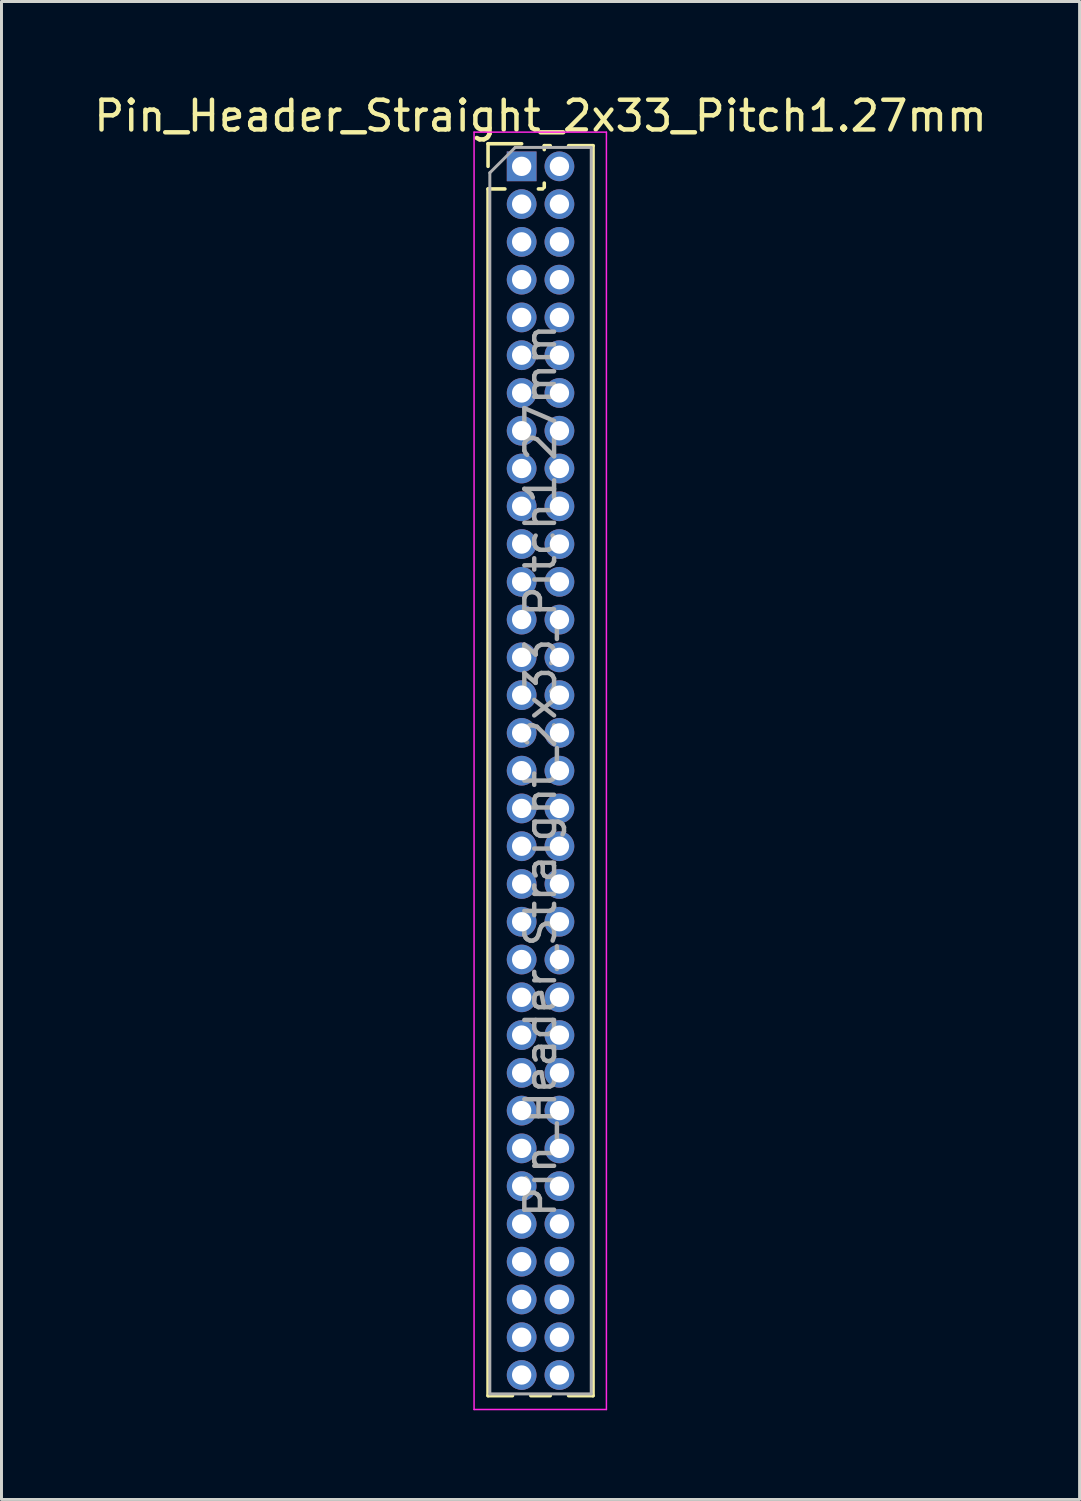
<source format=kicad_pcb>
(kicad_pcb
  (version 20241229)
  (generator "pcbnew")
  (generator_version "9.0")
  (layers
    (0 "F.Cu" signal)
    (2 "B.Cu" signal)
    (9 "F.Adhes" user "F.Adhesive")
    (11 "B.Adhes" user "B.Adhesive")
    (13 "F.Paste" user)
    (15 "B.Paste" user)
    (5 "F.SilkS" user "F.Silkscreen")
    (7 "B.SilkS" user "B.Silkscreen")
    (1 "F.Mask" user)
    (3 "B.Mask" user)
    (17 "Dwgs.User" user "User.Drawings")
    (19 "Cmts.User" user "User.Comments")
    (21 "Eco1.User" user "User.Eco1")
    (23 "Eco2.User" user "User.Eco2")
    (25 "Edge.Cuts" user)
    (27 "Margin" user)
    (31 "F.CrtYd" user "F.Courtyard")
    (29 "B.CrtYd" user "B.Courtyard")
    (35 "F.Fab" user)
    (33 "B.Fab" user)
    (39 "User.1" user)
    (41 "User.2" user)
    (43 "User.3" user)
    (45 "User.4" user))
  (footprint "Pin_Header_Straight_2x33_Pitch1.27mm"
    (layer "F.Cu")
    (at 14.49 2.543)
    (property "Reference" "Pin_Header_Straight_2x33_Pitch1.27mm" (at 0.635 -1.695 0) (layer "F.SilkS") (effects (font (size 1 1) (thickness 0.15))))
    (attr through_hole)
    (fp_line (start -1.13 -0.76) (end 0 -0.76) (stroke (width 0.12) (type solid)) (layer "F.SilkS"))
    (fp_line (start -1.13 0) (end -1.13 -0.76) (stroke (width 0.12) (type solid)) (layer "F.SilkS"))
    (fp_line (start -1.13 0.76) (end -1.13 41.335) (stroke (width 0.12) (type solid)) (layer "F.SilkS"))
    (fp_line (start -1.13 0.76) (end -0.563 0.76) (stroke (width 0.12) (type solid)) (layer "F.SilkS"))
    (fp_line (start -1.13 41.335) (end -0.308 41.335) (stroke (width 0.12) (type solid)) (layer "F.SilkS"))
    (fp_line (start 0.308 41.335) (end 0.962 41.335) (stroke (width 0.12) (type solid)) (layer "F.SilkS"))
    (fp_line (start 0.563 0.76) (end 0.707 0.76) (stroke (width 0.12) (type solid)) (layer "F.SilkS"))
    (fp_line (start 0.76 -0.695) (end 0.962 -0.695) (stroke (width 0.12) (type solid)) (layer "F.SilkS"))
    (fp_line (start 0.76 -0.563) (end 0.76 -0.695) (stroke (width 0.12) (type solid)) (layer "F.SilkS"))
    (fp_line (start 0.76 0.707) (end 0.76 0.563) (stroke (width 0.12) (type solid)) (layer "F.SilkS"))
    (fp_line (start 1.578 -0.695) (end 2.4 -0.695) (stroke (width 0.12) (type solid)) (layer "F.SilkS"))
    (fp_line (start 1.578 41.335) (end 2.4 41.335) (stroke (width 0.12) (type solid)) (layer "F.SilkS"))
    (fp_line (start 2.4 -0.695) (end 2.4 41.335) (stroke (width 0.12) (type solid)) (layer "F.SilkS"))
    (fp_line (start -1.6 -1.15) (end -1.6 41.8) (stroke (width 0.05) (type solid)) (layer "F.CrtYd"))
    (fp_line (start -1.6 41.8) (end 2.85 41.8) (stroke (width 0.05) (type solid)) (layer "F.CrtYd"))
    (fp_line (start 2.85 -1.15) (end -1.6 -1.15) (stroke (width 0.05) (type solid)) (layer "F.CrtYd"))
    (fp_line (start 2.85 41.8) (end 2.85 -1.15) (stroke (width 0.05) (type solid)) (layer "F.CrtYd"))
    (fp_line (start -1.07 0.217) (end -0.217 -0.635) (stroke (width 0.1) (type solid)) (layer "F.Fab"))
    (fp_line (start -1.07 41.275) (end -1.07 0.217) (stroke (width 0.1) (type solid)) (layer "F.Fab"))
    (fp_line (start -0.217 -0.635) (end 2.34 -0.635) (stroke (width 0.1) (type solid)) (layer "F.Fab"))
    (fp_line (start 2.34 -0.635) (end 2.34 41.275) (stroke (width 0.1) (type solid)) (layer "F.Fab"))
    (fp_line (start 2.34 41.275) (end -1.07 41.275) (stroke (width 0.1) (type solid)) (layer "F.Fab"))
    (fp_text user "${REFERENCE}" (at 0.635 20.32 90) (layer "F.Fab") (effects (font (size 1 1) (thickness 0.15))))
    (pad "1" thru_hole rect (at 0 0) (size 1 1) (drill 0.65) (layers "*.Cu" "*.Mask"))
    (pad "2" thru_hole oval (at 1.27 0) (size 1 1) (drill 0.65) (layers "*.Cu" "*.Mask"))
    (pad "3" thru_hole oval (at 0 1.27) (size 1 1) (drill 0.65) (layers "*.Cu" "*.Mask"))
    (pad "4" thru_hole oval (at 1.27 1.27) (size 1 1) (drill 0.65) (layers "*.Cu" "*.Mask"))
    (pad "5" thru_hole oval (at 0 2.54) (size 1 1) (drill 0.65) (layers "*.Cu" "*.Mask"))
    (pad "6" thru_hole oval (at 1.27 2.54) (size 1 1) (drill 0.65) (layers "*.Cu" "*.Mask"))
    (pad "7" thru_hole oval (at 0 3.81) (size 1 1) (drill 0.65) (layers "*.Cu" "*.Mask"))
    (pad "8" thru_hole oval (at 1.27 3.81) (size 1 1) (drill 0.65) (layers "*.Cu" "*.Mask"))
    (pad "9" thru_hole oval (at 0 5.08) (size 1 1) (drill 0.65) (layers "*.Cu" "*.Mask"))
    (pad "10" thru_hole oval (at 1.27 5.08) (size 1 1) (drill 0.65) (layers "*.Cu" "*.Mask"))
    (pad "11" thru_hole oval (at 0 6.35) (size 1 1) (drill 0.65) (layers "*.Cu" "*.Mask"))
    (pad "12" thru_hole oval (at 1.27 6.35) (size 1 1) (drill 0.65) (layers "*.Cu" "*.Mask"))
    (pad "13" thru_hole oval (at 0 7.62) (size 1 1) (drill 0.65) (layers "*.Cu" "*.Mask"))
    (pad "14" thru_hole oval (at 1.27 7.62) (size 1 1) (drill 0.65) (layers "*.Cu" "*.Mask"))
    (pad "15" thru_hole oval (at 0 8.89) (size 1 1) (drill 0.65) (layers "*.Cu" "*.Mask"))
    (pad "16" thru_hole oval (at 1.27 8.89) (size 1 1) (drill 0.65) (layers "*.Cu" "*.Mask"))
    (pad "17" thru_hole oval (at 0 10.16) (size 1 1) (drill 0.65) (layers "*.Cu" "*.Mask"))
    (pad "18" thru_hole oval (at 1.27 10.16) (size 1 1) (drill 0.65) (layers "*.Cu" "*.Mask"))
    (pad "19" thru_hole oval (at 0 11.43) (size 1 1) (drill 0.65) (layers "*.Cu" "*.Mask"))
    (pad "20" thru_hole oval (at 1.27 11.43) (size 1 1) (drill 0.65) (layers "*.Cu" "*.Mask"))
    (pad "21" thru_hole oval (at 0 12.7) (size 1 1) (drill 0.65) (layers "*.Cu" "*.Mask"))
    (pad "22" thru_hole oval (at 1.27 12.7) (size 1 1) (drill 0.65) (layers "*.Cu" "*.Mask"))
    (pad "23" thru_hole oval (at 0 13.97) (size 1 1) (drill 0.65) (layers "*.Cu" "*.Mask"))
    (pad "24" thru_hole oval (at 1.27 13.97) (size 1 1) (drill 0.65) (layers "*.Cu" "*.Mask"))
    (pad "25" thru_hole oval (at 0 15.24) (size 1 1) (drill 0.65) (layers "*.Cu" "*.Mask"))
    (pad "26" thru_hole oval (at 1.27 15.24) (size 1 1) (drill 0.65) (layers "*.Cu" "*.Mask"))
    (pad "27" thru_hole oval (at 0 16.51) (size 1 1) (drill 0.65) (layers "*.Cu" "*.Mask"))
    (pad "28" thru_hole oval (at 1.27 16.51) (size 1 1) (drill 0.65) (layers "*.Cu" "*.Mask"))
    (pad "29" thru_hole oval (at 0 17.78) (size 1 1) (drill 0.65) (layers "*.Cu" "*.Mask"))
    (pad "30" thru_hole oval (at 1.27 17.78) (size 1 1) (drill 0.65) (layers "*.Cu" "*.Mask"))
    (pad "31" thru_hole oval (at 0 19.05) (size 1 1) (drill 0.65) (layers "*.Cu" "*.Mask"))
    (pad "32" thru_hole oval (at 1.27 19.05) (size 1 1) (drill 0.65) (layers "*.Cu" "*.Mask"))
    (pad "33" thru_hole oval (at 0 20.32) (size 1 1) (drill 0.65) (layers "*.Cu" "*.Mask"))
    (pad "34" thru_hole oval (at 1.27 20.32) (size 1 1) (drill 0.65) (layers "*.Cu" "*.Mask"))
    (pad "35" thru_hole oval (at 0 21.59) (size 1 1) (drill 0.65) (layers "*.Cu" "*.Mask"))
    (pad "36" thru_hole oval (at 1.27 21.59) (size 1 1) (drill 0.65) (layers "*.Cu" "*.Mask"))
    (pad "37" thru_hole oval (at 0 22.86) (size 1 1) (drill 0.65) (layers "*.Cu" "*.Mask"))
    (pad "38" thru_hole oval (at 1.27 22.86) (size 1 1) (drill 0.65) (layers "*.Cu" "*.Mask"))
    (pad "39" thru_hole oval (at 0 24.13) (size 1 1) (drill 0.65) (layers "*.Cu" "*.Mask"))
    (pad "40" thru_hole oval (at 1.27 24.13) (size 1 1) (drill 0.65) (layers "*.Cu" "*.Mask"))
    (pad "41" thru_hole oval (at 0 25.4) (size 1 1) (drill 0.65) (layers "*.Cu" "*.Mask"))
    (pad "42" thru_hole oval (at 1.27 25.4) (size 1 1) (drill 0.65) (layers "*.Cu" "*.Mask"))
    (pad "43" thru_hole oval (at 0 26.67) (size 1 1) (drill 0.65) (layers "*.Cu" "*.Mask"))
    (pad "44" thru_hole oval (at 1.27 26.67) (size 1 1) (drill 0.65) (layers "*.Cu" "*.Mask"))
    (pad "45" thru_hole oval (at 0 27.94) (size 1 1) (drill 0.65) (layers "*.Cu" "*.Mask"))
    (pad "46" thru_hole oval (at 1.27 27.94) (size 1 1) (drill 0.65) (layers "*.Cu" "*.Mask"))
    (pad "47" thru_hole oval (at 0 29.21) (size 1 1) (drill 0.65) (layers "*.Cu" "*.Mask"))
    (pad "48" thru_hole oval (at 1.27 29.21) (size 1 1) (drill 0.65) (layers "*.Cu" "*.Mask"))
    (pad "49" thru_hole oval (at 0 30.48) (size 1 1) (drill 0.65) (layers "*.Cu" "*.Mask"))
    (pad "50" thru_hole oval (at 1.27 30.48) (size 1 1) (drill 0.65) (layers "*.Cu" "*.Mask"))
    (pad "51" thru_hole oval (at 0 31.75) (size 1 1) (drill 0.65) (layers "*.Cu" "*.Mask"))
    (pad "52" thru_hole oval (at 1.27 31.75) (size 1 1) (drill 0.65) (layers "*.Cu" "*.Mask"))
    (pad "53" thru_hole oval (at 0 33.02) (size 1 1) (drill 0.65) (layers "*.Cu" "*.Mask"))
    (pad "54" thru_hole oval (at 1.27 33.02) (size 1 1) (drill 0.65) (layers "*.Cu" "*.Mask"))
    (pad "55" thru_hole oval (at 0 34.29) (size 1 1) (drill 0.65) (layers "*.Cu" "*.Mask"))
    (pad "56" thru_hole oval (at 1.27 34.29) (size 1 1) (drill 0.65) (layers "*.Cu" "*.Mask"))
    (pad "57" thru_hole oval (at 0 35.56) (size 1 1) (drill 0.65) (layers "*.Cu" "*.Mask"))
    (pad "58" thru_hole oval (at 1.27 35.56) (size 1 1) (drill 0.65) (layers "*.Cu" "*.Mask"))
    (pad "59" thru_hole oval (at 0 36.83) (size 1 1) (drill 0.65) (layers "*.Cu" "*.Mask"))
    (pad "60" thru_hole oval (at 1.27 36.83) (size 1 1) (drill 0.65) (layers "*.Cu" "*.Mask"))
    (pad "61" thru_hole oval (at 0 38.1) (size 1 1) (drill 0.65) (layers "*.Cu" "*.Mask"))
    (pad "62" thru_hole oval (at 1.27 38.1) (size 1 1) (drill 0.65) (layers "*.Cu" "*.Mask"))
    (pad "63" thru_hole oval (at 0 39.37) (size 1 1) (drill 0.65) (layers "*.Cu" "*.Mask"))
    (pad "64" thru_hole oval (at 1.27 39.37) (size 1 1) (drill 0.65) (layers "*.Cu" "*.Mask"))
    (pad "65" thru_hole oval (at 0 40.64) (size 1 1) (drill 0.65) (layers "*.Cu" "*.Mask"))
    (pad "66" thru_hole oval (at 1.27 40.64) (size 1 1) (drill 0.65) (layers "*.Cu" "*.Mask")))
  (gr_rect
    (start -3 -3)
    (end 33.25 47.368)
    (stroke (width 0.1) (type default))
    (fill no)
    (layer "Edge.Cuts")))
</source>
